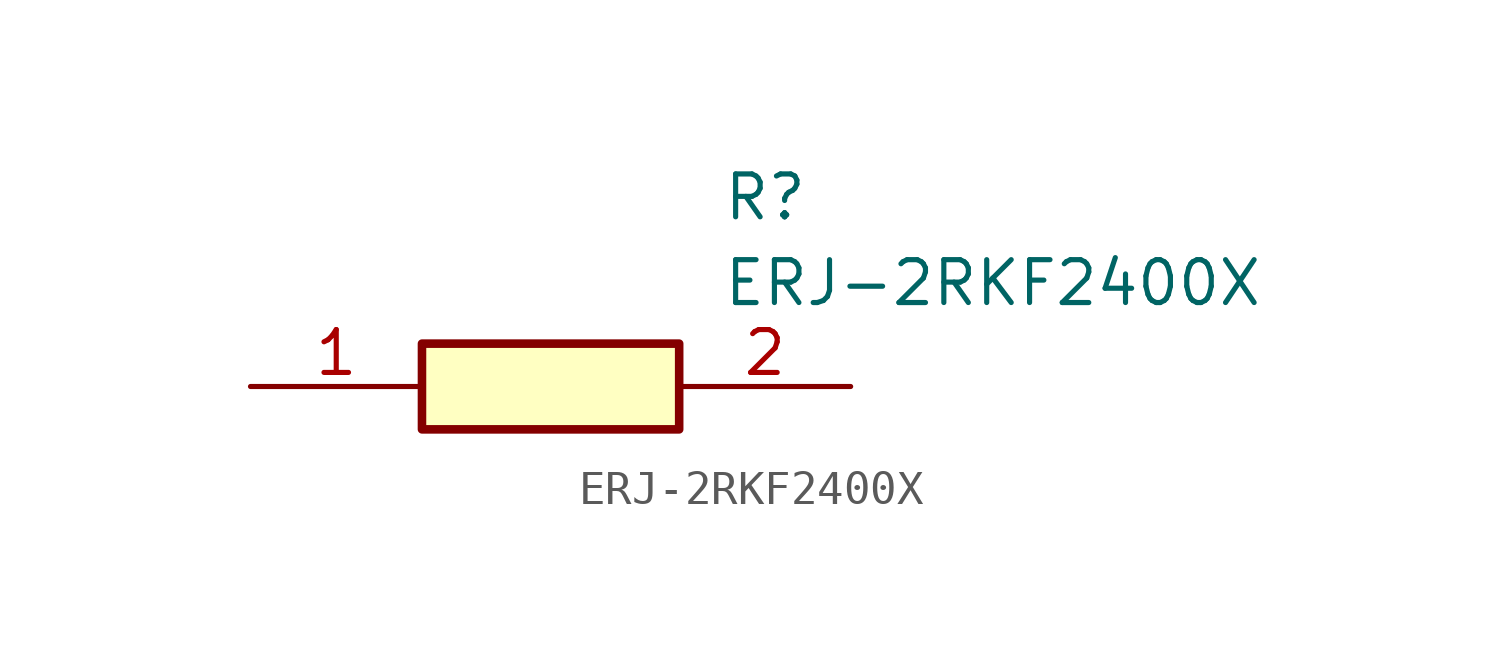
<source format=kicad_sym>
(kicad_symbol_lib
  (version 20211014)
  (generator SamacSys_ECAD_Model)
  (symbol "ERJ-2RKF2400X"
    (pin_names hide)
    (property "Reference" "R"
      (at 13.97 6.35 0)
      (effects (font (size 1.27 1.27)) (justify left top)))
    (property "Value" "ERJ-2RKF2400X"
      (at 13.97 3.81 0)
      (effects (font (size 1.27 1.27)) (justify left top)))
    (rectangle
      (start 5.08 1.27)
      (end 12.7 -1.27)
      (stroke (width 0.254) (type default))
      (fill (type background)))
    (pin passive line
      (at 0 0 0)
      (length 5.08)
      (name "1" (effects (font (size 1.27 1.27))))
      (number "1" (effects (font (size 1.27 1.27)))))
    (pin passive line
      (at 17.78 0 180)
      (length 5.08)
      (name "2" (effects (font (size 1.27 1.27))))
      (number "2" (effects (font (size 1.27 1.27)))))))
</source>
